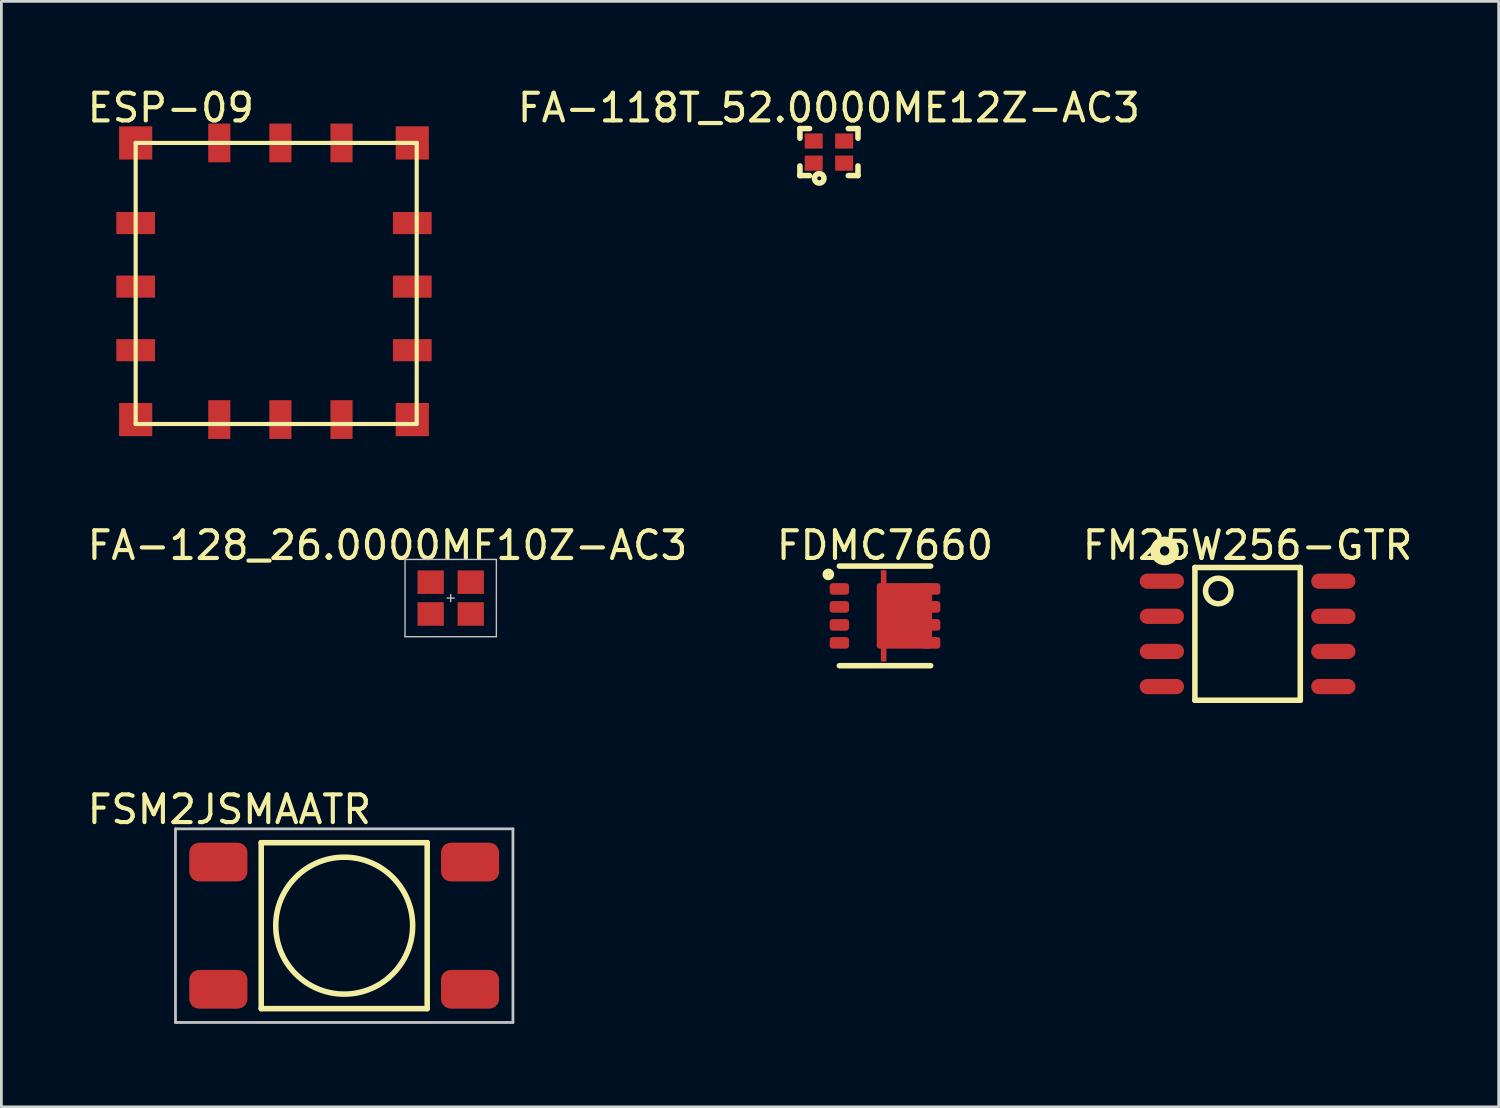
<source format=kicad_pcb>
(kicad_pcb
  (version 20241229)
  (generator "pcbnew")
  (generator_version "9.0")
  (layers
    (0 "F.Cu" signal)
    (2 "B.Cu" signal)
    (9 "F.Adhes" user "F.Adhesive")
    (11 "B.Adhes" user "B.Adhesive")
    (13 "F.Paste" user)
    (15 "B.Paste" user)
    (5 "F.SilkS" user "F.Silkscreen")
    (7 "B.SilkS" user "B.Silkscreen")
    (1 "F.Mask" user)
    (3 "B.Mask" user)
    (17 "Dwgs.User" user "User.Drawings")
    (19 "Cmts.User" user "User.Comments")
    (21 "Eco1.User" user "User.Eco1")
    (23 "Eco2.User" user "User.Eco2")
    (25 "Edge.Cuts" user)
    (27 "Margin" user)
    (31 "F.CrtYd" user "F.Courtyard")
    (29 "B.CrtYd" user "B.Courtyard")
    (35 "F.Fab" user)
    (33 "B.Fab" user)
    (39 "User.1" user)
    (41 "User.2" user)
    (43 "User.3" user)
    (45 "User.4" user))
  (footprint "FA-118T_52.0000ME12Z-AC3"
    (layer "F.Cu")
    (at 26.918 2.448)
    (property "Reference" "FA-118T_52.0000ME12Z-AC3" (at 0 -1.6 0) (layer "F.SilkS") (effects (font (size 1 1) (thickness 0.15))))
    (attr through_hole)
    (fp_line (start -1.05 -0.85) (end -1.05 -0.5) (stroke (width 0.2) (type solid)) (layer "F.SilkS"))
    (fp_line (start -1.05 0.5) (end -1.05 0.85) (stroke (width 0.2) (type solid)) (layer "F.SilkS"))
    (fp_line (start -1.05 0.85) (end -0.7 0.85) (stroke (width 0.2) (type solid)) (layer "F.SilkS"))
    (fp_line (start -0.7 -0.85) (end -1.05 -0.85) (stroke (width 0.2) (type solid)) (layer "F.SilkS"))
    (fp_line (start 0.7 0.85) (end 1.05 0.85) (stroke (width 0.2) (type solid)) (layer "F.SilkS"))
    (fp_line (start 1.05 -0.85) (end 0.7 -0.85) (stroke (width 0.2) (type solid)) (layer "F.SilkS"))
    (fp_line (start 1.05 -0.5) (end 1.05 -0.85) (stroke (width 0.2) (type solid)) (layer "F.SilkS"))
    (fp_line (start 1.05 0.85) (end 1.05 0.5) (stroke (width 0.2) (type solid)) (layer "F.SilkS"))
    (fp_circle (center -0.35 0.95) (end -0.3 1) (stroke (width 0.2) (type solid)) (fill no) (layer "F.SilkS"))
    (pad "1" smd rect (at -0.55 0.4) (size 0.65 0.55) (layers "F.Cu" "F.Mask" "F.Paste"))
    (pad "2" smd rect (at 0.55 0.4) (size 0.65 0.55) (layers "F.Cu" "F.Mask" "F.Paste"))
    (pad "3" smd rect (at 0.55 -0.4) (size 0.65 0.55) (layers "F.Cu" "F.Mask" "F.Paste"))
    (pad "4" smd rect (at -0.55 -0.4) (size 0.65 0.55) (layers "F.Cu" "F.Mask" "F.Paste")))
  (footprint "FM25W256-GTR"
    (layer "F.Cu")
    (at 42.054 19.866)
    (property "Reference" "FM25W256-GTR" (at 0 -3.2 0) (layer "F.SilkS") (effects (font (size 1 1) (thickness 0.15))))
    (attr through_hole)
    (fp_line (start -1.905 -2.4) (end -1.905 2.4) (stroke (width 0.2) (type solid)) (layer "F.SilkS"))
    (fp_line (start -1.905 -2.4) (end 1.905 -2.4) (stroke (width 0.2) (type solid)) (layer "F.SilkS"))
    (fp_line (start -1.905 2.4) (end 1.905 2.4) (stroke (width 0.2) (type solid)) (layer "F.SilkS"))
    (fp_line (start 1.905 -2.4) (end 1.905 2.4) (stroke (width 0.2) (type solid)) (layer "F.SilkS"))
    (fp_circle (center -3 -3) (end -2.95 -2.839) (stroke (width 0.35) (type solid)) (fill no) (layer "F.SilkS"))
    (fp_circle (center -1.061 -1.55) (end -0.711 -1.25) (stroke (width 0.2) (type solid)) (fill no) (layer "F.SilkS"))
    (pad "1" smd oval (at -3.099 -1.905 90) (size 0.55 1.6) (layers "F.Cu" "F.Mask" "F.Paste"))
    (pad "2" smd oval (at -3.099 -0.635 90) (size 0.55 1.6) (layers "F.Cu" "F.Mask" "F.Paste"))
    (pad "3" smd oval (at -3.099 0.635 90) (size 0.55 1.6) (layers "F.Cu" "F.Mask" "F.Paste"))
    (pad "4" smd oval (at -3.099 1.905 90) (size 0.55 1.6) (layers "F.Cu" "F.Mask" "F.Paste"))
    (pad "5" smd oval (at 3.099 1.905 90) (size 0.55 1.6) (layers "F.Cu" "F.Mask" "F.Paste"))
    (pad "6" smd oval (at 3.099 0.635 90) (size 0.55 1.6) (layers "F.Cu" "F.Mask" "F.Paste"))
    (pad "7" smd oval (at 3.099 -0.635 90) (size 0.55 1.6) (layers "F.Cu" "F.Mask" "F.Paste"))
    (pad "8" smd oval (at 3.099 -1.905 90) (size 0.55 1.6) (layers "F.Cu" "F.Mask" "F.Paste")))
  (footprint "FDMC7660"
    (layer "F.Cu")
    (at 28.946 19.216)
    (property "Reference" "FDMC7660" (at 0 -2.55 0) (layer "F.SilkS") (effects (font (size 1 1) (thickness 0.15))))
    (attr through_hole)
    (fp_line (start 1.65 -1.8) (end -1.65 -1.8) (stroke (width 0.2) (type solid)) (layer "F.SilkS"))
    (fp_line (start 1.65 1.8) (end -1.65 1.8) (stroke (width 0.2) (type solid)) (layer "F.SilkS"))
    (fp_circle (center -2.05 -1.5) (end -2 -1.4) (stroke (width 0.2) (type solid)) (fill no) (layer "F.SilkS"))
    (fp_line (start -1.65 -1.65) (end -1.65 1.65) (stroke (width 0.1) (type solid)) (layer "Eco1.User"))
    (fp_line (start -1.65 -1.65) (end 1.65 -1.65) (stroke (width 0.1) (type solid)) (layer "Eco1.User"))
    (fp_line (start -1.65 1.65) (end 1.65 1.65) (stroke (width 0.1) (type solid)) (layer "Eco1.User"))
    (fp_line (start 1.65 -1.65) (end 1.65 1.65) (stroke (width 0.1) (type solid)) (layer "Eco1.User"))
    (pad "1" smd roundrect (at -1.65 -0.975) (size 0.7 0.42) (layers "F.Cu" "F.Mask" "F.Paste") (roundrect_rratio 0.25))
    (pad "2" smd roundrect (at -1.65 -0.325) (size 0.7 0.42) (layers "F.Cu" "F.Mask" "F.Paste") (roundrect_rratio 0.25))
    (pad "3" smd roundrect (at -1.65 0.325) (size 0.7 0.42) (layers "F.Cu" "F.Mask" "F.Paste") (roundrect_rratio 0.25))
    (pad "4" smd roundrect (at -1.65 0.975) (size 0.7 0.42) (layers "F.Cu" "F.Mask" "F.Paste") (roundrect_rratio 0.25))
    (pad "5" smd rect (at -0.05 0) (size 0.2 3.3) (layers "F.Cu" "F.Mask" "F.Paste"))
    (pad "5" smd roundrect (at 0.7 0) (size 2 2.37) (layers "F.Cu" "F.Mask" "F.Paste") (roundrect_rratio 0.05))
    (pad "5" smd roundrect (at 1.65 -0.975) (size 0.7 0.42) (layers "F.Cu" "F.Mask" "F.Paste") (roundrect_rratio 0.25))
    (pad "5" smd roundrect (at 1.65 -0.325) (size 0.7 0.42) (layers "F.Cu" "F.Mask" "F.Paste") (roundrect_rratio 0.25))
    (pad "5" smd roundrect (at 1.65 0.325) (size 0.7 0.42) (layers "F.Cu" "F.Mask" "F.Paste") (roundrect_rratio 0.25))
    (pad "5" smd roundrect (at 1.65 0.975) (size 0.7 0.42) (layers "F.Cu" "F.Mask" "F.Paste") (roundrect_rratio 0.25)))
  (footprint "FA-128_26.0000MF10Z-AC3"
    (layer "F.Cu")
    (at 13.244 18.572)
    (property "Reference" "FA-128_26.0000MF10Z-AC3" (at -2.286 -1.905 0) (layer "F.SilkS") (effects (font (size 1 1) (thickness 0.15))))
    (attr through_hole)
    (fp_line (start -1.651 -1.397) (end 1.651 -1.397) (stroke (width 0.05) (type solid)) (layer "Dwgs.User"))
    (fp_line (start -1.651 1.397) (end -1.651 -1.397) (stroke (width 0.05) (type solid)) (layer "Dwgs.User"))
    (fp_line (start 0 -0.127) (end 0 0.127) (stroke (width 0.05) (type solid)) (layer "Dwgs.User"))
    (fp_line (start 0.127 0) (end -0.127 0) (stroke (width 0.05) (type solid)) (layer "Dwgs.User"))
    (fp_line (start 1.651 -1.397) (end 1.651 1.397) (stroke (width 0.05) (type solid)) (layer "Dwgs.User"))
    (fp_line (start 1.651 1.397) (end -1.651 1.397) (stroke (width 0.05) (type solid)) (layer "Dwgs.User"))
    (fp_line (start -1 -0.8) (end 1 -0.8) (stroke (width 0.05) (type solid)) (layer "Eco1.User"))
    (fp_line (start -1 0.8) (end -1 -0.8) (stroke (width 0.05) (type solid)) (layer "Eco1.User"))
    (fp_line (start 1 -0.8) (end 1 0.8) (stroke (width 0.05) (type solid)) (layer "Eco1.User"))
    (fp_line (start 1 0.8) (end -1 0.8) (stroke (width 0.05) (type solid)) (layer "Eco1.User"))
    (pad "1" smd rect (at -0.725 0.575) (size 0.95 0.85) (layers "F.Cu" "F.Mask" "F.Paste"))
    (pad "2" smd rect (at 0.725 0.575) (size 0.95 0.85) (layers "F.Cu" "F.Mask" "F.Paste"))
    (pad "3" smd rect (at 0.725 -0.575) (size 0.95 0.85) (layers "F.Cu" "F.Mask" "F.Paste"))
    (pad "4" smd rect (at -0.725 -0.575) (size 0.95 0.85) (layers "F.Cu" "F.Mask" "F.Paste")))
  (footprint "FSM2JSMAATR"
    (layer "F.Cu")
    (at 9.394 30.415)
    (property "Reference" "FSM2JSMAATR" (at -4.15 -4.2 0) (layer "F.SilkS") (effects (font (size 1 1) (thickness 0.15))))
    (attr through_hole)
    (fp_line (start -3 -3) (end -3 3) (stroke (width 0.2) (type solid)) (layer "F.SilkS"))
    (fp_line (start -3 -3) (end 3 -3) (stroke (width 0.2) (type solid)) (layer "F.SilkS"))
    (fp_line (start 3 -3) (end 3 3) (stroke (width 0.2) (type solid)) (layer "F.SilkS"))
    (fp_line (start 3 3) (end -3 3) (stroke (width 0.2) (type solid)) (layer "F.SilkS"))
    (fp_circle (center 0 0) (end 1.75 1.75) (stroke (width 0.2) (type solid)) (fill no) (layer "F.SilkS"))
    (fp_line (start -6.1 -3.5) (end -6.1 3.5) (stroke (width 0.1) (type solid)) (layer "Dwgs.User"))
    (fp_line (start -6.1 -3.5) (end 6.1 -3.5) (stroke (width 0.1) (type solid)) (layer "Dwgs.User"))
    (fp_line (start -6.1 3.5) (end 6.1 3.5) (stroke (width 0.1) (type solid)) (layer "Dwgs.User"))
    (fp_line (start 6.1 -3.5) (end 6.1 3.5) (stroke (width 0.1) (type solid)) (layer "Dwgs.User"))
    (pad "1" smd roundrect (at -4.55 -2.3) (size 2.1 1.4) (layers "F.Cu" "F.Mask" "F.Paste") (roundrect_rratio 0.25))
    (pad "1" smd roundrect (at 4.55 -2.3) (size 2.1 1.4) (layers "F.Cu" "F.Mask" "F.Paste") (roundrect_rratio 0.25))
    (pad "2" smd roundrect (at -4.55 2.3) (size 2.1 1.4) (layers "F.Cu" "F.Mask" "F.Paste") (roundrect_rratio 0.25))
    (pad "2" smd roundrect (at 4.55 2.3) (size 2.1 1.4) (layers "F.Cu" "F.Mask" "F.Paste") (roundrect_rratio 0.25)))
  (footprint "ESP-09"
    (layer "F.Cu")
    (at 1.855 2.118)
    (property "Reference" "ESP-09" (at 1.27 -1.27 0) (layer "F.SilkS") (effects (font (size 1 1) (thickness 0.15))))
    (attr through_hole)
    (fp_line (start 0 0) (end 0 10.16) (stroke (width 0.15) (type solid)) (layer "F.SilkS"))
    (fp_line (start 0 10.16) (end 10.16 10.16) (stroke (width 0.15) (type solid)) (layer "F.SilkS"))
    (fp_line (start 10.16 0) (end 0 0) (stroke (width 0.15) (type solid)) (layer "F.SilkS"))
    (fp_line (start 10.16 10.16) (end 10.16 0) (stroke (width 0.15) (type solid)) (layer "F.SilkS"))
    (pad "1" smd rect (at 0 10) (size 1.2 1.2) (layers "F.Cu" "F.Mask" "F.Paste"))
    (pad "2" smd rect (at 3.023 10) (size 0.8 1.4) (layers "F.Cu" "F.Mask" "F.Paste"))
    (pad "3" smd rect (at 5.232 10) (size 0.8 1.4) (layers "F.Cu" "F.Mask" "F.Paste"))
    (pad "4" smd rect (at 7.442 10) (size 0.8 1.4) (layers "F.Cu" "F.Mask" "F.Paste"))
    (pad "5" smd rect (at 10 10) (size 1.2 1.2) (layers "F.Cu" "F.Mask" "F.Paste"))
    (pad "6" smd rect (at 10 7.493 90) (size 0.8 1.4) (layers "F.Cu" "F.Mask" "F.Paste"))
    (pad "7" smd rect (at 10 5.194 90) (size 0.8 1.4) (layers "F.Cu" "F.Mask" "F.Paste"))
    (pad "8" smd rect (at 10 2.896 90) (size 0.8 1.4) (layers "F.Cu" "F.Mask" "F.Paste"))
    (pad "9" smd rect (at 10 0) (size 1.2 1.2) (layers "F.Cu" "F.Mask" "F.Paste"))
    (pad "10" smd rect (at 7.442 0) (size 0.8 1.4) (layers "F.Cu" "F.Mask" "F.Paste"))
    (pad "11" smd rect (at 5.232 0) (size 0.8 1.4) (layers "F.Cu" "F.Mask" "F.Paste"))
    (pad "12" smd rect (at 3.023 0) (size 0.8 1.4) (layers "F.Cu" "F.Mask" "F.Paste"))
    (pad "13" smd rect (at 0 0) (size 1.2 1.2) (layers "F.Cu" "F.Mask" "F.Paste"))
    (pad "14" smd rect (at 0 2.896 90) (size 0.8 1.4) (layers "F.Cu" "F.Mask" "F.Paste"))
    (pad "15" smd rect (at 0 5.194 90) (size 0.8 1.4) (layers "F.Cu" "F.Mask" "F.Paste"))
    (pad "16" smd rect (at 0 7.493 90) (size 0.8 1.4) (layers "F.Cu" "F.Mask" "F.Paste")))
  (gr_rect
    (start -3 -3)
    (end 51.131 36.965)
    (stroke (width 0.1) (type default))
    (fill no)
    (layer "Edge.Cuts")))
</source>
